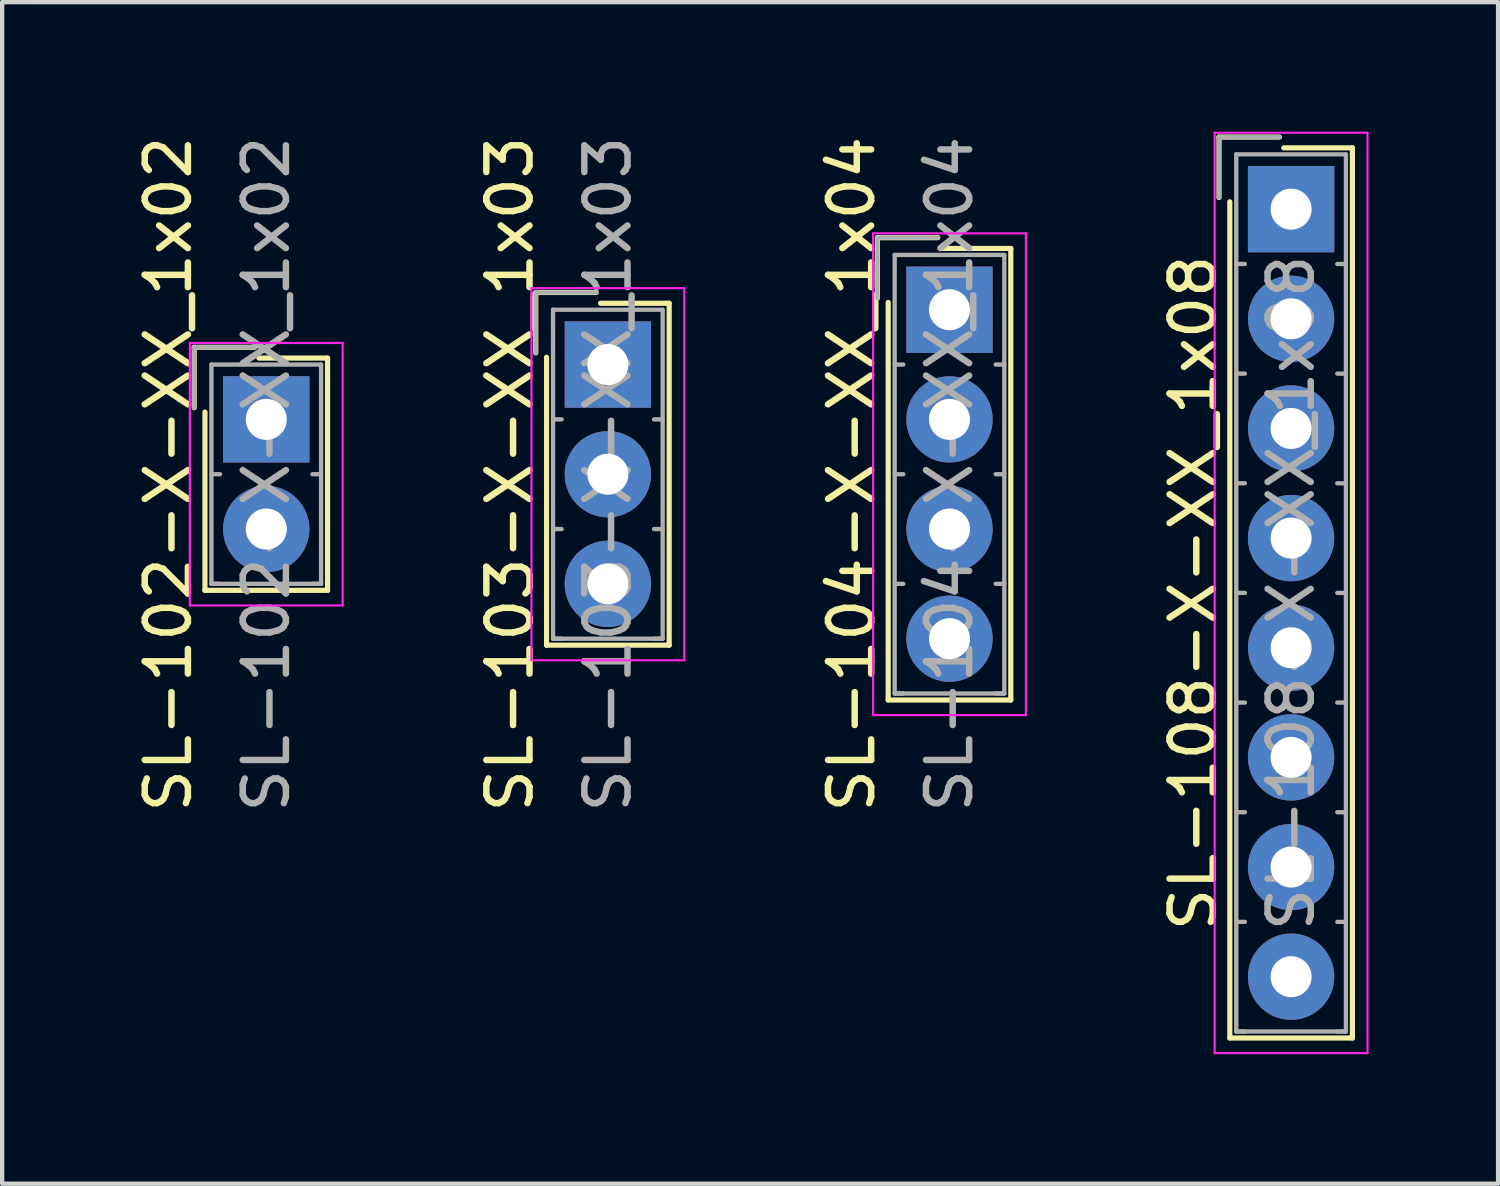
<source format=kicad_pcb>
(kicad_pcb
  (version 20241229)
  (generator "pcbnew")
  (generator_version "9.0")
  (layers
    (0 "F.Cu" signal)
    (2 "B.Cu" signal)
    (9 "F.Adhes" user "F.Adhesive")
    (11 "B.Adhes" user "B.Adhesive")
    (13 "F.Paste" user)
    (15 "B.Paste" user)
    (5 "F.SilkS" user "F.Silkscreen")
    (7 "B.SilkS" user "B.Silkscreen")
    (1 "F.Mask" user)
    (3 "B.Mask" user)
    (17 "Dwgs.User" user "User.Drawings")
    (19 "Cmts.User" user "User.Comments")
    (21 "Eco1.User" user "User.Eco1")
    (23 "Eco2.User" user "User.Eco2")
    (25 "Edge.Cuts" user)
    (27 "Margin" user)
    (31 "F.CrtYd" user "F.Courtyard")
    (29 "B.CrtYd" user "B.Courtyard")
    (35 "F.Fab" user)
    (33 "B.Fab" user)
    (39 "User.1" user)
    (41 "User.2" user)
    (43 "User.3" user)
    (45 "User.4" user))
  (footprint "SL-102-X-XX_1x02"
    (layer "F.Cu")
    (at 3.118 6.665)
    (property "Reference" "SL-102-X-XX_1x02" (at -2.27 1.27 90) (layer "F.SilkS") (effects (font (size 1 1) (thickness 0.15))))
    (attr through_hole)
    (fp_line (start -1.67 -1.67) (end -1.67 -0.27) (stroke (width 0.12) (type solid)) (layer "F.SilkS"))
    (fp_line (start -1.42 3.96) (end -1.42 -0.17) (stroke (width 0.12) (type solid)) (layer "F.SilkS"))
    (fp_line (start -0.27 -1.67) (end -1.67 -1.67) (stroke (width 0.12) (type solid)) (layer "F.SilkS"))
    (fp_line (start -0.17 -1.42) (end 1.42 -1.42) (stroke (width 0.12) (type solid)) (layer "F.SilkS"))
    (fp_line (start 1.42 -1.42) (end 1.42 3.96) (stroke (width 0.12) (type solid)) (layer "F.SilkS"))
    (fp_line (start 1.42 3.96) (end -1.42 3.96) (stroke (width 0.12) (type solid)) (layer "F.SilkS"))
    (fp_line (start -1.77 -1.77) (end -1.77 4.31) (stroke (width 0.05) (type solid)) (layer "F.CrtYd"))
    (fp_line (start -1.77 4.31) (end 1.77 4.31) (stroke (width 0.05) (type solid)) (layer "F.CrtYd"))
    (fp_line (start 1.77 -1.77) (end -1.77 -1.77) (stroke (width 0.05) (type solid)) (layer "F.CrtYd"))
    (fp_line (start 1.77 4.31) (end 1.77 -1.77) (stroke (width 0.05) (type solid)) (layer "F.CrtYd"))
    (fp_line (start -1.67 -1.67) (end -1.67 -0.27) (stroke (width 0.1) (type solid)) (layer "F.Fab"))
    (fp_line (start -1.27 -1.27) (end -1.27 3.81) (stroke (width 0.1) (type solid)) (layer "F.Fab"))
    (fp_line (start -1.27 1.27) (end -1.07 1.27) (stroke (width 0.1) (type solid)) (layer "F.Fab"))
    (fp_line (start -1.27 3.81) (end -1.07 3.81) (stroke (width 0.1) (type solid)) (layer "F.Fab"))
    (fp_line (start -1.27 3.81) (end 1.27 3.81) (stroke (width 0.1) (type solid)) (layer "F.Fab"))
    (fp_line (start -0.27 -1.67) (end -1.67 -1.67) (stroke (width 0.1) (type solid)) (layer "F.Fab"))
    (fp_line (start 1.27 -1.27) (end -1.27 -1.27) (stroke (width 0.1) (type solid)) (layer "F.Fab"))
    (fp_line (start 1.27 1.27) (end 1.07 1.27) (stroke (width 0.1) (type solid)) (layer "F.Fab"))
    (fp_line (start 1.27 3.81) (end 1.07 3.81) (stroke (width 0.1) (type solid)) (layer "F.Fab"))
    (fp_line (start 1.27 3.81) (end 1.27 -1.27) (stroke (width 0.1) (type solid)) (layer "F.Fab"))
    (fp_text user "${REFERENCE}" (at 0 1.27 90) (layer "F.Fab") (effects (font (size 1 1) (thickness 0.15))))
    (pad "1" thru_hole rect (at 0 0) (size 2 2) (drill 0.95) (layers "*.Cu" "*.Mask"))
    (pad "2" thru_hole circle (at 0 2.54) (size 2 2) (drill 0.95) (layers "*.Cu" "*.Mask")))
  (footprint "SL-108-X-XX_1x08"
    (layer "F.Cu")
    (at 26.858 1.795)
    (property "Reference" "SL-108-X-XX_1x08" (at -2.27 8.89 90) (layer "F.SilkS") (effects (font (size 1 1) (thickness 0.15))))
    (attr through_hole)
    (fp_line (start -1.67 -1.67) (end -1.67 -0.27) (stroke (width 0.12) (type solid)) (layer "F.SilkS"))
    (fp_line (start -1.42 19.2) (end -1.42 -0.17) (stroke (width 0.12) (type solid)) (layer "F.SilkS"))
    (fp_line (start -0.27 -1.67) (end -1.67 -1.67) (stroke (width 0.12) (type solid)) (layer "F.SilkS"))
    (fp_line (start -0.17 -1.42) (end 1.42 -1.42) (stroke (width 0.12) (type solid)) (layer "F.SilkS"))
    (fp_line (start 1.42 -1.42) (end 1.42 19.2) (stroke (width 0.12) (type solid)) (layer "F.SilkS"))
    (fp_line (start 1.42 19.2) (end -1.42 19.2) (stroke (width 0.12) (type solid)) (layer "F.SilkS"))
    (fp_line (start -1.77 -1.77) (end -1.77 19.55) (stroke (width 0.05) (type solid)) (layer "F.CrtYd"))
    (fp_line (start -1.77 19.55) (end 1.77 19.55) (stroke (width 0.05) (type solid)) (layer "F.CrtYd"))
    (fp_line (start 1.77 -1.77) (end -1.77 -1.77) (stroke (width 0.05) (type solid)) (layer "F.CrtYd"))
    (fp_line (start 1.77 19.55) (end 1.77 -1.77) (stroke (width 0.05) (type solid)) (layer "F.CrtYd"))
    (fp_line (start -1.67 -1.67) (end -1.67 -0.27) (stroke (width 0.1) (type solid)) (layer "F.Fab"))
    (fp_line (start -1.27 -1.27) (end -1.27 19.05) (stroke (width 0.1) (type solid)) (layer "F.Fab"))
    (fp_line (start -1.27 1.27) (end -1.07 1.27) (stroke (width 0.1) (type solid)) (layer "F.Fab"))
    (fp_line (start -1.27 3.81) (end -1.07 3.81) (stroke (width 0.1) (type solid)) (layer "F.Fab"))
    (fp_line (start -1.27 6.35) (end -1.07 6.35) (stroke (width 0.1) (type solid)) (layer "F.Fab"))
    (fp_line (start -1.27 8.89) (end -1.07 8.89) (stroke (width 0.1) (type solid)) (layer "F.Fab"))
    (fp_line (start -1.27 11.43) (end -1.07 11.43) (stroke (width 0.1) (type solid)) (layer "F.Fab"))
    (fp_line (start -1.27 13.97) (end -1.07 13.97) (stroke (width 0.1) (type solid)) (layer "F.Fab"))
    (fp_line (start -1.27 16.51) (end -1.07 16.51) (stroke (width 0.1) (type solid)) (layer "F.Fab"))
    (fp_line (start -1.27 19.05) (end -1.07 19.05) (stroke (width 0.1) (type solid)) (layer "F.Fab"))
    (fp_line (start -1.27 19.05) (end 1.27 19.05) (stroke (width 0.1) (type solid)) (layer "F.Fab"))
    (fp_line (start -0.27 -1.67) (end -1.67 -1.67) (stroke (width 0.1) (type solid)) (layer "F.Fab"))
    (fp_line (start 1.27 -1.27) (end -1.27 -1.27) (stroke (width 0.1) (type solid)) (layer "F.Fab"))
    (fp_line (start 1.27 1.27) (end 1.07 1.27) (stroke (width 0.1) (type solid)) (layer "F.Fab"))
    (fp_line (start 1.27 3.81) (end 1.07 3.81) (stroke (width 0.1) (type solid)) (layer "F.Fab"))
    (fp_line (start 1.27 6.35) (end 1.07 6.35) (stroke (width 0.1) (type solid)) (layer "F.Fab"))
    (fp_line (start 1.27 8.89) (end 1.07 8.89) (stroke (width 0.1) (type solid)) (layer "F.Fab"))
    (fp_line (start 1.27 11.43) (end 1.07 11.43) (stroke (width 0.1) (type solid)) (layer "F.Fab"))
    (fp_line (start 1.27 13.97) (end 1.07 13.97) (stroke (width 0.1) (type solid)) (layer "F.Fab"))
    (fp_line (start 1.27 16.51) (end 1.07 16.51) (stroke (width 0.1) (type solid)) (layer "F.Fab"))
    (fp_line (start 1.27 19.05) (end 1.07 19.05) (stroke (width 0.1) (type solid)) (layer "F.Fab"))
    (fp_line (start 1.27 19.05) (end 1.27 -1.27) (stroke (width 0.1) (type solid)) (layer "F.Fab"))
    (fp_text user "${REFERENCE}" (at 0 8.89 90) (layer "F.Fab") (effects (font (size 1 1) (thickness 0.15))))
    (pad "1" thru_hole rect (at 0 0) (size 2 2) (drill 0.95) (layers "*.Cu" "*.Mask"))
    (pad "2" thru_hole circle (at 0 2.54) (size 2 2) (drill 0.95) (layers "*.Cu" "*.Mask"))
    (pad "3" thru_hole circle (at 0 5.08) (size 2 2) (drill 0.95) (layers "*.Cu" "*.Mask"))
    (pad "4" thru_hole circle (at 0 7.62) (size 2 2) (drill 0.95) (layers "*.Cu" "*.Mask"))
    (pad "5" thru_hole circle (at 0 10.16) (size 2 2) (drill 0.95) (layers "*.Cu" "*.Mask"))
    (pad "6" thru_hole circle (at 0 12.7) (size 2 2) (drill 0.95) (layers "*.Cu" "*.Mask"))
    (pad "7" thru_hole circle (at 0 15.24) (size 2 2) (drill 0.95) (layers "*.Cu" "*.Mask"))
    (pad "8" thru_hole circle (at 0 17.78) (size 2 2) (drill 0.95) (layers "*.Cu" "*.Mask")))
  (footprint "SL-103-X-XX_1x03"
    (layer "F.Cu")
    (at 11.031 5.395)
    (property "Reference" "SL-103-X-XX_1x03" (at -2.27 2.54 90) (layer "F.SilkS") (effects (font (size 1 1) (thickness 0.15))))
    (attr through_hole)
    (fp_line (start -1.67 -1.67) (end -1.67 -0.27) (stroke (width 0.12) (type solid)) (layer "F.SilkS"))
    (fp_line (start -1.42 6.5) (end -1.42 -0.17) (stroke (width 0.12) (type solid)) (layer "F.SilkS"))
    (fp_line (start -0.27 -1.67) (end -1.67 -1.67) (stroke (width 0.12) (type solid)) (layer "F.SilkS"))
    (fp_line (start -0.17 -1.42) (end 1.42 -1.42) (stroke (width 0.12) (type solid)) (layer "F.SilkS"))
    (fp_line (start 1.42 -1.42) (end 1.42 6.5) (stroke (width 0.12) (type solid)) (layer "F.SilkS"))
    (fp_line (start 1.42 6.5) (end -1.42 6.5) (stroke (width 0.12) (type solid)) (layer "F.SilkS"))
    (fp_line (start -1.77 -1.77) (end -1.77 6.85) (stroke (width 0.05) (type solid)) (layer "F.CrtYd"))
    (fp_line (start -1.77 6.85) (end 1.77 6.85) (stroke (width 0.05) (type solid)) (layer "F.CrtYd"))
    (fp_line (start 1.77 -1.77) (end -1.77 -1.77) (stroke (width 0.05) (type solid)) (layer "F.CrtYd"))
    (fp_line (start 1.77 6.85) (end 1.77 -1.77) (stroke (width 0.05) (type solid)) (layer "F.CrtYd"))
    (fp_line (start -1.67 -1.67) (end -1.67 -0.27) (stroke (width 0.1) (type solid)) (layer "F.Fab"))
    (fp_line (start -1.27 -1.27) (end -1.27 6.35) (stroke (width 0.1) (type solid)) (layer "F.Fab"))
    (fp_line (start -1.27 1.27) (end -1.07 1.27) (stroke (width 0.1) (type solid)) (layer "F.Fab"))
    (fp_line (start -1.27 3.81) (end -1.07 3.81) (stroke (width 0.1) (type solid)) (layer "F.Fab"))
    (fp_line (start -1.27 6.35) (end -1.07 6.35) (stroke (width 0.1) (type solid)) (layer "F.Fab"))
    (fp_line (start -1.27 6.35) (end 1.27 6.35) (stroke (width 0.1) (type solid)) (layer "F.Fab"))
    (fp_line (start -0.27 -1.67) (end -1.67 -1.67) (stroke (width 0.1) (type solid)) (layer "F.Fab"))
    (fp_line (start 1.27 -1.27) (end -1.27 -1.27) (stroke (width 0.1) (type solid)) (layer "F.Fab"))
    (fp_line (start 1.27 1.27) (end 1.07 1.27) (stroke (width 0.1) (type solid)) (layer "F.Fab"))
    (fp_line (start 1.27 3.81) (end 1.07 3.81) (stroke (width 0.1) (type solid)) (layer "F.Fab"))
    (fp_line (start 1.27 6.35) (end 1.07 6.35) (stroke (width 0.1) (type solid)) (layer "F.Fab"))
    (fp_line (start 1.27 6.35) (end 1.27 -1.27) (stroke (width 0.1) (type solid)) (layer "F.Fab"))
    (fp_text user "${REFERENCE}" (at 0 2.54 90) (layer "F.Fab") (effects (font (size 1 1) (thickness 0.15))))
    (pad "1" thru_hole rect (at 0 0) (size 2 2) (drill 0.95) (layers "*.Cu" "*.Mask"))
    (pad "2" thru_hole circle (at 0 2.54) (size 2 2) (drill 0.95) (layers "*.Cu" "*.Mask"))
    (pad "3" thru_hole circle (at 0 5.08) (size 2 2) (drill 0.95) (layers "*.Cu" "*.Mask")))
  (footprint "SL-104-X-XX_1x04"
    (layer "F.Cu")
    (at 18.945 4.125)
    (property "Reference" "SL-104-X-XX_1x04" (at -2.27 3.81 90) (layer "F.SilkS") (effects (font (size 1 1) (thickness 0.15))))
    (attr through_hole)
    (fp_line (start -1.67 -1.67) (end -1.67 -0.27) (stroke (width 0.12) (type solid)) (layer "F.SilkS"))
    (fp_line (start -1.42 9.04) (end -1.42 -0.17) (stroke (width 0.12) (type solid)) (layer "F.SilkS"))
    (fp_line (start -0.27 -1.67) (end -1.67 -1.67) (stroke (width 0.12) (type solid)) (layer "F.SilkS"))
    (fp_line (start -0.17 -1.42) (end 1.42 -1.42) (stroke (width 0.12) (type solid)) (layer "F.SilkS"))
    (fp_line (start 1.42 -1.42) (end 1.42 9.04) (stroke (width 0.12) (type solid)) (layer "F.SilkS"))
    (fp_line (start 1.42 9.04) (end -1.42 9.04) (stroke (width 0.12) (type solid)) (layer "F.SilkS"))
    (fp_line (start -1.77 -1.77) (end -1.77 9.39) (stroke (width 0.05) (type solid)) (layer "F.CrtYd"))
    (fp_line (start -1.77 9.39) (end 1.77 9.39) (stroke (width 0.05) (type solid)) (layer "F.CrtYd"))
    (fp_line (start 1.77 -1.77) (end -1.77 -1.77) (stroke (width 0.05) (type solid)) (layer "F.CrtYd"))
    (fp_line (start 1.77 9.39) (end 1.77 -1.77) (stroke (width 0.05) (type solid)) (layer "F.CrtYd"))
    (fp_line (start -1.67 -1.67) (end -1.67 -0.27) (stroke (width 0.1) (type solid)) (layer "F.Fab"))
    (fp_line (start -1.27 -1.27) (end -1.27 8.89) (stroke (width 0.1) (type solid)) (layer "F.Fab"))
    (fp_line (start -1.27 1.27) (end -1.07 1.27) (stroke (width 0.1) (type solid)) (layer "F.Fab"))
    (fp_line (start -1.27 3.81) (end -1.07 3.81) (stroke (width 0.1) (type solid)) (layer "F.Fab"))
    (fp_line (start -1.27 6.35) (end -1.07 6.35) (stroke (width 0.1) (type solid)) (layer "F.Fab"))
    (fp_line (start -1.27 8.89) (end -1.07 8.89) (stroke (width 0.1) (type solid)) (layer "F.Fab"))
    (fp_line (start -1.27 8.89) (end 1.27 8.89) (stroke (width 0.1) (type solid)) (layer "F.Fab"))
    (fp_line (start -0.27 -1.67) (end -1.67 -1.67) (stroke (width 0.1) (type solid)) (layer "F.Fab"))
    (fp_line (start 1.27 -1.27) (end -1.27 -1.27) (stroke (width 0.1) (type solid)) (layer "F.Fab"))
    (fp_line (start 1.27 1.27) (end 1.07 1.27) (stroke (width 0.1) (type solid)) (layer "F.Fab"))
    (fp_line (start 1.27 3.81) (end 1.07 3.81) (stroke (width 0.1) (type solid)) (layer "F.Fab"))
    (fp_line (start 1.27 6.35) (end 1.07 6.35) (stroke (width 0.1) (type solid)) (layer "F.Fab"))
    (fp_line (start 1.27 8.89) (end 1.07 8.89) (stroke (width 0.1) (type solid)) (layer "F.Fab"))
    (fp_line (start 1.27 8.89) (end 1.27 -1.27) (stroke (width 0.1) (type solid)) (layer "F.Fab"))
    (fp_text user "${REFERENCE}" (at 0 3.81 90) (layer "F.Fab") (effects (font (size 1 1) (thickness 0.15))))
    (pad "1" thru_hole rect (at 0 0) (size 2 2) (drill 0.95) (layers "*.Cu" "*.Mask"))
    (pad "2" thru_hole circle (at 0 2.54) (size 2 2) (drill 0.95) (layers "*.Cu" "*.Mask"))
    (pad "3" thru_hole circle (at 0 5.08) (size 2 2) (drill 0.95) (layers "*.Cu" "*.Mask"))
    (pad "4" thru_hole circle (at 0 7.62) (size 2 2) (drill 0.95) (layers "*.Cu" "*.Mask")))
  (gr_rect
    (start -3 -3)
    (end 31.653 24.37)
    (stroke (width 0.1) (type default))
    (fill no)
    (layer "Edge.Cuts")))
</source>
